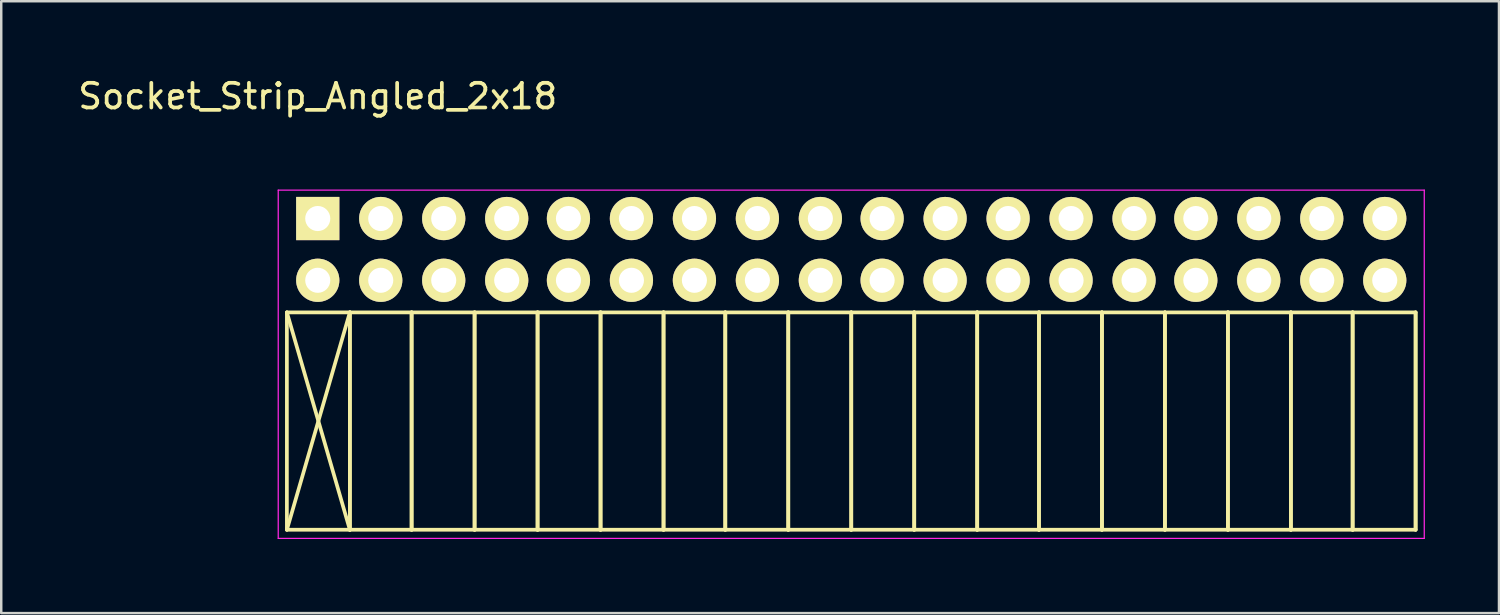
<source format=kicad_pcb>
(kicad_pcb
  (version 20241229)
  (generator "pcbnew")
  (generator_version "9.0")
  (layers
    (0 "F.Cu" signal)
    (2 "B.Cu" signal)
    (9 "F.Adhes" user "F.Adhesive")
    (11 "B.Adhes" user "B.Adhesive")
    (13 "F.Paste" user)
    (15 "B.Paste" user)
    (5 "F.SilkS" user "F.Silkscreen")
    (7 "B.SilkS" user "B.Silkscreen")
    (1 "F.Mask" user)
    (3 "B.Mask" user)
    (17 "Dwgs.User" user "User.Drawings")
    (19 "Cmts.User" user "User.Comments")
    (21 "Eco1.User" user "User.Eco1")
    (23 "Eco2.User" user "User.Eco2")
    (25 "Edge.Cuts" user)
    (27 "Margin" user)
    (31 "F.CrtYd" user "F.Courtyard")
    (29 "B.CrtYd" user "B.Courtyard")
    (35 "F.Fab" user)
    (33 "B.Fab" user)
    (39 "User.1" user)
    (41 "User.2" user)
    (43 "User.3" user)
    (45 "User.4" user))
  (footprint "Socket_Strip_Angled_2x18"
    (layer "F.Cu")
    (at 9.815 5.798)
    (property "Reference" "Socket_Strip_Angled_2x18" (at 0 -4.95 0) (layer "F.SilkS") (effects (font (size 1 1) (thickness 0.15))))
    (attr through_hole)
    (fp_line (start -1.25 3.8) (end -1.25 12.6) (stroke (width 0.15) (type solid)) (layer "F.SilkS"))
    (fp_line (start -1.25 3.8) (end 1.3 3.8) (stroke (width 0.15) (type solid)) (layer "F.SilkS"))
    (fp_line (start -1.25 3.8) (end 1.3 12.6) (stroke (width 0.15) (type solid)) (layer "F.SilkS"))
    (fp_line (start -1.25 12.6) (end 1.3 3.8) (stroke (width 0.15) (type solid)) (layer "F.SilkS"))
    (fp_line (start -1.25 12.6) (end 1.3 12.6) (stroke (width 0.15) (type solid)) (layer "F.SilkS"))
    (fp_line (start 1.3 3.8) (end 1.3 12.6) (stroke (width 0.15) (type solid)) (layer "F.SilkS"))
    (fp_line (start 1.3 3.8) (end 3.8 3.8) (stroke (width 0.15) (type solid)) (layer "F.SilkS"))
    (fp_line (start 1.3 12.6) (end 1.3 3.8) (stroke (width 0.15) (type solid)) (layer "F.SilkS"))
    (fp_line (start 1.3 12.6) (end 3.8 12.6) (stroke (width 0.15) (type solid)) (layer "F.SilkS"))
    (fp_line (start 3.8 3.8) (end 3.8 12.6) (stroke (width 0.15) (type solid)) (layer "F.SilkS"))
    (fp_line (start 3.8 3.8) (end 6.35 3.8) (stroke (width 0.15) (type solid)) (layer "F.SilkS"))
    (fp_line (start 3.8 12.6) (end 3.8 3.8) (stroke (width 0.15) (type solid)) (layer "F.SilkS"))
    (fp_line (start 3.8 12.6) (end 6.35 12.6) (stroke (width 0.15) (type solid)) (layer "F.SilkS"))
    (fp_line (start 6.35 3.8) (end 6.35 12.6) (stroke (width 0.15) (type solid)) (layer "F.SilkS"))
    (fp_line (start 6.35 3.8) (end 8.9 3.8) (stroke (width 0.15) (type solid)) (layer "F.SilkS"))
    (fp_line (start 6.35 12.6) (end 6.35 3.8) (stroke (width 0.15) (type solid)) (layer "F.SilkS"))
    (fp_line (start 6.35 12.6) (end 8.9 12.6) (stroke (width 0.15) (type solid)) (layer "F.SilkS"))
    (fp_line (start 8.9 3.8) (end 8.9 12.6) (stroke (width 0.15) (type solid)) (layer "F.SilkS"))
    (fp_line (start 8.9 3.8) (end 11.45 3.8) (stroke (width 0.15) (type solid)) (layer "F.SilkS"))
    (fp_line (start 8.9 12.6) (end 8.9 3.8) (stroke (width 0.15) (type solid)) (layer "F.SilkS"))
    (fp_line (start 8.9 12.6) (end 11.45 12.6) (stroke (width 0.15) (type solid)) (layer "F.SilkS"))
    (fp_line (start 11.45 3.8) (end 11.45 12.6) (stroke (width 0.15) (type solid)) (layer "F.SilkS"))
    (fp_line (start 11.45 3.8) (end 14 3.8) (stroke (width 0.15) (type solid)) (layer "F.SilkS"))
    (fp_line (start 11.45 12.6) (end 11.45 3.8) (stroke (width 0.15) (type solid)) (layer "F.SilkS"))
    (fp_line (start 11.45 12.6) (end 14 12.6) (stroke (width 0.15) (type solid)) (layer "F.SilkS"))
    (fp_line (start 14 3.8) (end 14 12.6) (stroke (width 0.15) (type solid)) (layer "F.SilkS"))
    (fp_line (start 14 3.8) (end 16.5 3.8) (stroke (width 0.15) (type solid)) (layer "F.SilkS"))
    (fp_line (start 14 12.6) (end 14 3.8) (stroke (width 0.15) (type solid)) (layer "F.SilkS"))
    (fp_line (start 14 12.6) (end 16.5 12.6) (stroke (width 0.15) (type solid)) (layer "F.SilkS"))
    (fp_line (start 16.5 3.8) (end 16.5 12.6) (stroke (width 0.15) (type solid)) (layer "F.SilkS"))
    (fp_line (start 16.5 3.8) (end 19.05 3.8) (stroke (width 0.15) (type solid)) (layer "F.SilkS"))
    (fp_line (start 16.5 12.6) (end 16.5 3.8) (stroke (width 0.15) (type solid)) (layer "F.SilkS"))
    (fp_line (start 16.5 12.6) (end 19.05 12.6) (stroke (width 0.15) (type solid)) (layer "F.SilkS"))
    (fp_line (start 19.05 3.8) (end 19.05 12.6) (stroke (width 0.15) (type solid)) (layer "F.SilkS"))
    (fp_line (start 19.05 3.8) (end 21.6 3.8) (stroke (width 0.15) (type solid)) (layer "F.SilkS"))
    (fp_line (start 19.05 12.6) (end 19.05 3.8) (stroke (width 0.15) (type solid)) (layer "F.SilkS"))
    (fp_line (start 19.05 12.6) (end 21.6 12.6) (stroke (width 0.15) (type solid)) (layer "F.SilkS"))
    (fp_line (start 21.6 3.8) (end 21.6 12.6) (stroke (width 0.15) (type solid)) (layer "F.SilkS"))
    (fp_line (start 21.6 3.8) (end 24.15 3.8) (stroke (width 0.15) (type solid)) (layer "F.SilkS"))
    (fp_line (start 21.6 12.6) (end 21.6 3.8) (stroke (width 0.15) (type solid)) (layer "F.SilkS"))
    (fp_line (start 21.6 12.6) (end 24.15 12.6) (stroke (width 0.15) (type solid)) (layer "F.SilkS"))
    (fp_line (start 24.15 3.8) (end 24.15 12.6) (stroke (width 0.15) (type solid)) (layer "F.SilkS"))
    (fp_line (start 24.15 3.8) (end 26.7 3.8) (stroke (width 0.15) (type solid)) (layer "F.SilkS"))
    (fp_line (start 24.15 12.6) (end 24.15 3.8) (stroke (width 0.15) (type solid)) (layer "F.SilkS"))
    (fp_line (start 24.15 12.6) (end 26.7 12.6) (stroke (width 0.15) (type solid)) (layer "F.SilkS"))
    (fp_line (start 26.7 3.8) (end 26.7 12.6) (stroke (width 0.15) (type solid)) (layer "F.SilkS"))
    (fp_line (start 26.7 3.8) (end 29.2 3.8) (stroke (width 0.15) (type solid)) (layer "F.SilkS"))
    (fp_line (start 26.7 12.6) (end 26.7 3.8) (stroke (width 0.15) (type solid)) (layer "F.SilkS"))
    (fp_line (start 26.7 12.6) (end 29.2 12.6) (stroke (width 0.15) (type solid)) (layer "F.SilkS"))
    (fp_line (start 29.2 3.8) (end 29.2 12.6) (stroke (width 0.15) (type solid)) (layer "F.SilkS"))
    (fp_line (start 29.2 3.8) (end 31.75 3.8) (stroke (width 0.15) (type solid)) (layer "F.SilkS"))
    (fp_line (start 29.2 12.6) (end 29.2 3.8) (stroke (width 0.15) (type solid)) (layer "F.SilkS"))
    (fp_line (start 29.2 12.6) (end 31.75 12.6) (stroke (width 0.15) (type solid)) (layer "F.SilkS"))
    (fp_line (start 31.75 3.8) (end 31.75 12.6) (stroke (width 0.15) (type solid)) (layer "F.SilkS"))
    (fp_line (start 31.75 3.8) (end 34.3 3.8) (stroke (width 0.15) (type solid)) (layer "F.SilkS"))
    (fp_line (start 31.75 12.6) (end 31.75 3.8) (stroke (width 0.15) (type solid)) (layer "F.SilkS"))
    (fp_line (start 31.75 12.6) (end 34.3 12.6) (stroke (width 0.15) (type solid)) (layer "F.SilkS"))
    (fp_line (start 34.3 3.8) (end 34.3 12.6) (stroke (width 0.15) (type solid)) (layer "F.SilkS"))
    (fp_line (start 34.3 3.8) (end 36.85 3.8) (stroke (width 0.15) (type solid)) (layer "F.SilkS"))
    (fp_line (start 34.3 12.6) (end 34.3 3.8) (stroke (width 0.15) (type solid)) (layer "F.SilkS"))
    (fp_line (start 34.3 12.6) (end 36.85 12.6) (stroke (width 0.15) (type solid)) (layer "F.SilkS"))
    (fp_line (start 36.85 3.8) (end 36.85 12.6) (stroke (width 0.15) (type solid)) (layer "F.SilkS"))
    (fp_line (start 36.85 3.8) (end 39.4 3.8) (stroke (width 0.15) (type solid)) (layer "F.SilkS"))
    (fp_line (start 36.85 12.6) (end 36.85 3.8) (stroke (width 0.15) (type solid)) (layer "F.SilkS"))
    (fp_line (start 36.85 12.6) (end 39.4 12.6) (stroke (width 0.15) (type solid)) (layer "F.SilkS"))
    (fp_line (start 39.4 3.8) (end 39.4 12.6) (stroke (width 0.15) (type solid)) (layer "F.SilkS"))
    (fp_line (start 39.4 3.8) (end 41.9 3.8) (stroke (width 0.15) (type solid)) (layer "F.SilkS"))
    (fp_line (start 39.4 12.6) (end 39.4 3.8) (stroke (width 0.15) (type solid)) (layer "F.SilkS"))
    (fp_line (start 39.4 12.6) (end 41.9 12.6) (stroke (width 0.15) (type solid)) (layer "F.SilkS"))
    (fp_line (start 41.9 3.8) (end 41.9 12.6) (stroke (width 0.15) (type solid)) (layer "F.SilkS"))
    (fp_line (start 41.9 3.8) (end 44.45 3.8) (stroke (width 0.15) (type solid)) (layer "F.SilkS"))
    (fp_line (start 41.9 12.6) (end 41.9 3.8) (stroke (width 0.15) (type solid)) (layer "F.SilkS"))
    (fp_line (start 41.9 12.6) (end 44.45 12.6) (stroke (width 0.15) (type solid)) (layer "F.SilkS"))
    (fp_line (start 44.45 3.8) (end 44.45 12.6) (stroke (width 0.15) (type solid)) (layer "F.SilkS"))
    (fp_line (start 44.45 12.6) (end 44.45 3.8) (stroke (width 0.15) (type solid)) (layer "F.SilkS"))
    (fp_line (start -1.6 -1.15) (end -1.6 12.95) (stroke (width 0.05) (type solid)) (layer "F.CrtYd"))
    (fp_line (start -1.6 -1.15) (end 44.8 -1.15) (stroke (width 0.05) (type solid)) (layer "F.CrtYd"))
    (fp_line (start -1.6 12.95) (end 44.8 12.95) (stroke (width 0.05) (type solid)) (layer "F.CrtYd"))
    (fp_line (start 44.8 -1.15) (end 44.8 12.95) (stroke (width 0.05) (type solid)) (layer "F.CrtYd"))
    (pad "1" thru_hole rect (at 0 0) (size 1.75 1.75) (drill 1.016) (layers "*.Cu" "*.Mask" "F.SilkS"))
    (pad "2" thru_hole oval (at 0 2.5) (size 1.75 1.75) (drill 1.016) (layers "*.Cu" "*.Mask" "F.SilkS"))
    (pad "3" thru_hole oval (at 2.55 0) (size 1.75 1.75) (drill 1.016) (layers "*.Cu" "*.Mask" "F.SilkS"))
    (pad "4" thru_hole oval (at 2.55 2.5) (size 1.75 1.75) (drill 1.016) (layers "*.Cu" "*.Mask" "F.SilkS"))
    (pad "5" thru_hole oval (at 5.1 0) (size 1.75 1.75) (drill 1.016) (layers "*.Cu" "*.Mask" "F.SilkS"))
    (pad "6" thru_hole oval (at 5.1 2.5) (size 1.75 1.75) (drill 1.016) (layers "*.Cu" "*.Mask" "F.SilkS"))
    (pad "7" thru_hole oval (at 7.65 0) (size 1.75 1.75) (drill 1.016) (layers "*.Cu" "*.Mask" "F.SilkS"))
    (pad "8" thru_hole oval (at 7.65 2.5) (size 1.75 1.75) (drill 1.016) (layers "*.Cu" "*.Mask" "F.SilkS"))
    (pad "9" thru_hole oval (at 10.15 0) (size 1.75 1.75) (drill 1.016) (layers "*.Cu" "*.Mask" "F.SilkS"))
    (pad "10" thru_hole oval (at 10.15 2.5) (size 1.75 1.75) (drill 1.016) (layers "*.Cu" "*.Mask" "F.SilkS"))
    (pad "11" thru_hole oval (at 12.7 0) (size 1.75 1.75) (drill 1.016) (layers "*.Cu" "*.Mask" "F.SilkS"))
    (pad "12" thru_hole oval (at 12.7 2.5) (size 1.75 1.75) (drill 1.016) (layers "*.Cu" "*.Mask" "F.SilkS"))
    (pad "13" thru_hole oval (at 15.25 0) (size 1.75 1.75) (drill 1.016) (layers "*.Cu" "*.Mask" "F.SilkS"))
    (pad "14" thru_hole oval (at 15.25 2.5) (size 1.75 1.75) (drill 1.016) (layers "*.Cu" "*.Mask" "F.SilkS"))
    (pad "15" thru_hole oval (at 17.8 0) (size 1.75 1.75) (drill 1.016) (layers "*.Cu" "*.Mask" "F.SilkS"))
    (pad "16" thru_hole oval (at 17.8 2.5) (size 1.75 1.75) (drill 1.016) (layers "*.Cu" "*.Mask" "F.SilkS"))
    (pad "17" thru_hole oval (at 20.35 0) (size 1.75 1.75) (drill 1.016) (layers "*.Cu" "*.Mask" "F.SilkS"))
    (pad "18" thru_hole oval (at 20.35 2.5) (size 1.75 1.75) (drill 1.016) (layers "*.Cu" "*.Mask" "F.SilkS"))
    (pad "19" thru_hole oval (at 22.85 0) (size 1.75 1.75) (drill 1.016) (layers "*.Cu" "*.Mask" "F.SilkS"))
    (pad "20" thru_hole oval (at 22.85 2.5) (size 1.75 1.75) (drill 1.016) (layers "*.Cu" "*.Mask" "F.SilkS"))
    (pad "21" thru_hole oval (at 25.4 0) (size 1.75 1.75) (drill 1.016) (layers "*.Cu" "*.Mask" "F.SilkS"))
    (pad "22" thru_hole oval (at 25.4 2.5) (size 1.75 1.75) (drill 1.016) (layers "*.Cu" "*.Mask" "F.SilkS"))
    (pad "23" thru_hole oval (at 27.95 0) (size 1.75 1.75) (drill 1.016) (layers "*.Cu" "*.Mask" "F.SilkS"))
    (pad "24" thru_hole oval (at 27.95 2.5) (size 1.75 1.75) (drill 1.016) (layers "*.Cu" "*.Mask" "F.SilkS"))
    (pad "25" thru_hole oval (at 30.5 0) (size 1.75 1.75) (drill 1.016) (layers "*.Cu" "*.Mask" "F.SilkS"))
    (pad "26" thru_hole oval (at 30.5 2.5) (size 1.75 1.75) (drill 1.016) (layers "*.Cu" "*.Mask" "F.SilkS"))
    (pad "27" thru_hole oval (at 33.05 0) (size 1.75 1.75) (drill 1.016) (layers "*.Cu" "*.Mask" "F.SilkS"))
    (pad "28" thru_hole oval (at 33.05 2.5) (size 1.75 1.75) (drill 1.016) (layers "*.Cu" "*.Mask" "F.SilkS"))
    (pad "29" thru_hole oval (at 35.55 0) (size 1.75 1.75) (drill 1.016) (layers "*.Cu" "*.Mask" "F.SilkS"))
    (pad "30" thru_hole oval (at 35.55 2.5) (size 1.75 1.75) (drill 1.016) (layers "*.Cu" "*.Mask" "F.SilkS"))
    (pad "31" thru_hole oval (at 38.1 0) (size 1.75 1.75) (drill 1.016) (layers "*.Cu" "*.Mask" "F.SilkS"))
    (pad "32" thru_hole oval (at 38.1 2.5) (size 1.75 1.75) (drill 1.016) (layers "*.Cu" "*.Mask" "F.SilkS"))
    (pad "33" thru_hole oval (at 40.65 0) (size 1.75 1.75) (drill 1.016) (layers "*.Cu" "*.Mask" "F.SilkS"))
    (pad "34" thru_hole oval (at 40.65 2.5) (size 1.75 1.75) (drill 1.016) (layers "*.Cu" "*.Mask" "F.SilkS"))
    (pad "35" thru_hole oval (at 43.2 0) (size 1.75 1.75) (drill 1.016) (layers "*.Cu" "*.Mask" "F.SilkS"))
    (pad "36" thru_hole oval (at 43.2 2.5) (size 1.75 1.75) (drill 1.016) (layers "*.Cu" "*.Mask" "F.SilkS")))
  (gr_rect
    (start -3 -3)
    (end 57.64 21.773)
    (stroke (width 0.1) (type default))
    (fill no)
    (layer "Edge.Cuts")))
</source>
